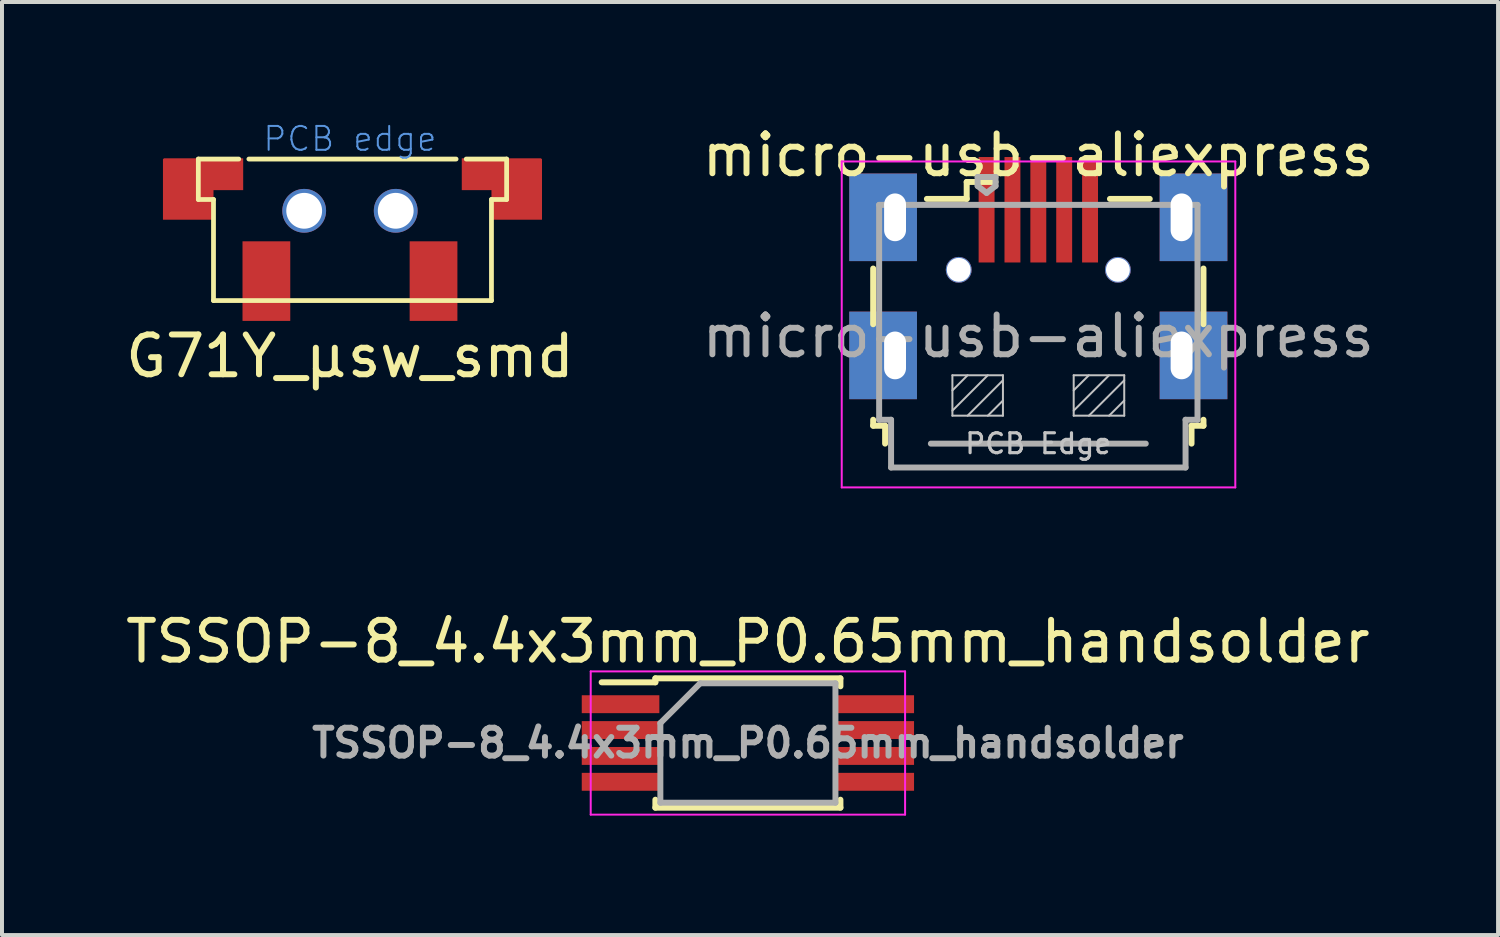
<source format=kicad_pcb>
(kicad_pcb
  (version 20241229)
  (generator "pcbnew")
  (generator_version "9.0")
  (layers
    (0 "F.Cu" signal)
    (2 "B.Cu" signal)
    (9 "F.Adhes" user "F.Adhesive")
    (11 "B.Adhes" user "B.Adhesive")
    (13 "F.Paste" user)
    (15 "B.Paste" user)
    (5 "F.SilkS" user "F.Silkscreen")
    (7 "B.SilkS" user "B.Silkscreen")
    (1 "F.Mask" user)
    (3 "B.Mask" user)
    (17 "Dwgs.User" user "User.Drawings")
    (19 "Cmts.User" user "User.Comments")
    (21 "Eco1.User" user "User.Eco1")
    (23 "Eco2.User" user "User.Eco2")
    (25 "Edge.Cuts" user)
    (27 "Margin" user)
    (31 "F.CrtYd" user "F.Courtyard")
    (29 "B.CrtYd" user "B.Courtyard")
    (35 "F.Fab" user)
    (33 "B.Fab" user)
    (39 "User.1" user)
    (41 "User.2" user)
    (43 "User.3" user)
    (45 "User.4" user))
  (footprint "TSSOP-8_4.4x3mm_P0.65mm_handsolder"
    (layer "F.Cu")
    (at 15.744 15.621)
    (property "Reference" "TSSOP-8_4.4x3mm_P0.65mm_handsolder" (at 0 -2.55 0) (layer "F.SilkS") (effects (font (size 1 1) (thickness 0.15))))
    (attr smd)
    (fp_line (start -2.325 -1.625) (end -2.325 -1.525) (stroke (width 0.15) (type solid)) (layer "F.SilkS"))
    (fp_line (start -2.325 -1.625) (end 2.325 -1.625) (stroke (width 0.15) (type solid)) (layer "F.SilkS"))
    (fp_line (start -2.325 -1.525) (end -3.675 -1.525) (stroke (width 0.15) (type solid)) (layer "F.SilkS"))
    (fp_line (start -2.325 1.625) (end -2.325 1.425) (stroke (width 0.15) (type solid)) (layer "F.SilkS"))
    (fp_line (start -2.325 1.625) (end 2.325 1.625) (stroke (width 0.15) (type solid)) (layer "F.SilkS"))
    (fp_line (start 2.325 -1.625) (end 2.325 -1.425) (stroke (width 0.15) (type solid)) (layer "F.SilkS"))
    (fp_line (start 2.325 1.625) (end 2.325 1.425) (stroke (width 0.15) (type solid)) (layer "F.SilkS"))
    (fp_line (start -3.95 -1.8) (end -3.95 1.8) (stroke (width 0.05) (type solid)) (layer "F.CrtYd"))
    (fp_line (start -3.95 -1.8) (end 3.95 -1.8) (stroke (width 0.05) (type solid)) (layer "F.CrtYd"))
    (fp_line (start -3.95 1.8) (end 3.95 1.8) (stroke (width 0.05) (type solid)) (layer "F.CrtYd"))
    (fp_line (start 3.95 -1.8) (end 3.95 1.8) (stroke (width 0.05) (type solid)) (layer "F.CrtYd"))
    (fp_line (start -2.2 -0.5) (end -1.2 -1.5) (stroke (width 0.15) (type solid)) (layer "F.Fab"))
    (fp_line (start -2.2 1.5) (end -2.2 -0.5) (stroke (width 0.15) (type solid)) (layer "F.Fab"))
    (fp_line (start -1.2 -1.5) (end 2.2 -1.5) (stroke (width 0.15) (type solid)) (layer "F.Fab"))
    (fp_line (start 2.2 -1.5) (end 2.2 1.5) (stroke (width 0.15) (type solid)) (layer "F.Fab"))
    (fp_line (start 2.2 1.5) (end -2.2 1.5) (stroke (width 0.15) (type solid)) (layer "F.Fab"))
    (fp_text user "${REFERENCE}" (at 0 0 0) (layer "F.Fab") (effects (font (size 0.7 0.7) (thickness 0.15))))
    (pad "1" smd rect (at -2.95 -0.975) (size 1.95 0.45) (drill (offset -0.25 0)) (layers "F.Cu" "F.Mask" "F.Paste"))
    (pad "2" smd rect (at -2.95 -0.325) (size 1.95 0.45) (drill (offset -0.25 0)) (layers "F.Cu" "F.Mask" "F.Paste"))
    (pad "3" smd rect (at -2.95 0.325) (size 1.95 0.45) (drill (offset -0.25 0)) (layers "F.Cu" "F.Mask" "F.Paste"))
    (pad "4" smd rect (at -2.95 0.975) (size 1.95 0.45) (drill (offset -0.25 0)) (layers "F.Cu" "F.Mask" "F.Paste"))
    (pad "5" smd rect (at 2.95 0.975) (size 1.95 0.45) (drill (offset 0.25 0)) (layers "F.Cu" "F.Mask" "F.Paste"))
    (pad "6" smd rect (at 2.95 0.325) (size 1.95 0.45) (drill (offset 0.25 0)) (layers "F.Cu" "F.Mask" "F.Paste"))
    (pad "7" smd rect (at 2.95 -0.325) (size 1.95 0.45) (drill (offset 0.25 0)) (layers "F.Cu" "F.Mask" "F.Paste"))
    (pad "8" smd rect (at 2.95 -0.975) (size 1.95 0.45) (drill (offset 0.25 0)) (layers "F.Cu" "F.Mask" "F.Paste")))
  (footprint "micro-usb-aliexpress"
    (layer "F.Cu")
    (at 23.042 8.031)
    (property "Reference" "micro-usb-aliexpress" (at 0 -7.183 0) (layer "F.SilkS") (effects (font (size 1 1) (thickness 0.15))))
    (attr smd)
    (fp_line (start -4.15 -4.333) (end -4.15 -2.933) (stroke (width 0.15) (type solid)) (layer "F.SilkS"))
    (fp_line (start -4.15 -0.533) (end -4.15 -0.383) (stroke (width 0.15) (type solid)) (layer "F.SilkS"))
    (fp_line (start -4.15 -0.383) (end -3.85 -0.383) (stroke (width 0.15) (type solid)) (layer "F.SilkS"))
    (fp_line (start -3.85 -0.383) (end -3.85 0.067) (stroke (width 0.15) (type solid)) (layer "F.SilkS"))
    (fp_line (start -1.8 -6.508) (end -1.8 -6.083) (stroke (width 0.15) (type solid)) (layer "F.SilkS"))
    (fp_line (start -1.8 -6.083) (end -2.8 -6.083) (stroke (width 0.15) (type solid)) (layer "F.SilkS"))
    (fp_line (start -1.075 -6.508) (end -1.8 -6.508) (stroke (width 0.15) (type solid)) (layer "F.SilkS"))
    (fp_line (start 1.8 -6.083) (end 2.8 -6.083) (stroke (width 0.15) (type solid)) (layer "F.SilkS"))
    (fp_line (start 3.85 -0.383) (end 4.15 -0.383) (stroke (width 0.15) (type solid)) (layer "F.SilkS"))
    (fp_line (start 3.85 0.067) (end 3.85 -0.383) (stroke (width 0.15) (type solid)) (layer "F.SilkS"))
    (fp_line (start 4.15 -2.933) (end 4.15 -4.333) (stroke (width 0.15) (type solid)) (layer "F.SilkS"))
    (fp_line (start 4.15 -0.383) (end 4.15 -0.533) (stroke (width 0.15) (type solid)) (layer "F.SilkS"))
    (fp_line (start -2.159 -1.651) (end -2.159 -0.635) (stroke (width 0.05) (type solid)) (layer "Dwgs.User"))
    (fp_line (start -2.159 -1.27) (end -1.778 -1.651) (stroke (width 0.05) (type solid)) (layer "Dwgs.User"))
    (fp_line (start -2.159 -0.762) (end -1.27 -1.651) (stroke (width 0.05) (type solid)) (layer "Dwgs.User"))
    (fp_line (start -2.159 -0.635) (end -0.889 -0.635) (stroke (width 0.05) (type solid)) (layer "Dwgs.User"))
    (fp_line (start -1.778 -0.635) (end -0.889 -1.524) (stroke (width 0.05) (type solid)) (layer "Dwgs.User"))
    (fp_line (start -1.27 -0.635) (end -0.889 -1.016) (stroke (width 0.05) (type solid)) (layer "Dwgs.User"))
    (fp_line (start -0.889 -1.651) (end -2.159 -1.651) (stroke (width 0.05) (type solid)) (layer "Dwgs.User"))
    (fp_line (start -0.889 -0.635) (end -0.889 -1.651) (stroke (width 0.05) (type solid)) (layer "Dwgs.User"))
    (fp_line (start 0.889 -1.651) (end 0.889 -0.635) (stroke (width 0.05) (type solid)) (layer "Dwgs.User"))
    (fp_line (start 0.889 -1.27) (end 1.27 -1.651) (stroke (width 0.05) (type solid)) (layer "Dwgs.User"))
    (fp_line (start 0.889 -0.762) (end 1.778 -1.651) (stroke (width 0.05) (type solid)) (layer "Dwgs.User"))
    (fp_line (start 0.889 -0.635) (end 2.159 -0.635) (stroke (width 0.05) (type solid)) (layer "Dwgs.User"))
    (fp_line (start 1.27 -0.635) (end 2.159 -1.524) (stroke (width 0.05) (type solid)) (layer "Dwgs.User"))
    (fp_line (start 1.778 -0.635) (end 2.159 -1.016) (stroke (width 0.05) (type solid)) (layer "Dwgs.User"))
    (fp_line (start 2.159 -1.651) (end 0.889 -1.651) (stroke (width 0.05) (type solid)) (layer "Dwgs.User"))
    (fp_line (start 2.159 -0.635) (end 2.159 -1.651) (stroke (width 0.05) (type solid)) (layer "Dwgs.User"))
    (fp_line (start -4.94 -7.023) (end -4.94 1.167) (stroke (width 0.05) (type solid)) (layer "F.CrtYd"))
    (fp_line (start -4.94 1.167) (end 4.95 1.167) (stroke (width 0.05) (type solid)) (layer "F.CrtYd"))
    (fp_line (start 4.95 -7.023) (end -4.94 -7.023) (stroke (width 0.05) (type solid)) (layer "F.CrtYd"))
    (fp_line (start 4.95 1.167) (end 4.95 -7.023) (stroke (width 0.05) (type solid)) (layer "F.CrtYd"))
    (fp_line (start -4 -5.933) (end -4 -0.533) (stroke (width 0.15) (type solid)) (layer "F.Fab"))
    (fp_line (start -4 -0.533) (end -3.7 -0.533) (stroke (width 0.15) (type solid)) (layer "F.Fab"))
    (fp_line (start -3.7 -0.533) (end -3.7 0.667) (stroke (width 0.15) (type solid)) (layer "F.Fab"))
    (fp_line (start -3.7 0.667) (end 3.7 0.667) (stroke (width 0.15) (type solid)) (layer "F.Fab"))
    (fp_line (start -2.7 0.067) (end 2.7 0.067) (stroke (width 0.15) (type solid)) (layer "F.Fab"))
    (fp_line (start -1.525 -6.633) (end -1.075 -6.633) (stroke (width 0.15) (type solid)) (layer "F.Fab"))
    (fp_line (start -1.525 -6.408) (end -1.525 -6.633) (stroke (width 0.15) (type solid)) (layer "F.Fab"))
    (fp_line (start -1.3 -6.233) (end -1.525 -6.408) (stroke (width 0.15) (type solid)) (layer "F.Fab"))
    (fp_line (start -1.075 -6.633) (end -1.075 -6.408) (stroke (width 0.15) (type solid)) (layer "F.Fab"))
    (fp_line (start -1.075 -6.408) (end -1.3 -6.233) (stroke (width 0.15) (type solid)) (layer "F.Fab"))
    (fp_line (start 3.7 -0.533) (end 4 -0.533) (stroke (width 0.15) (type solid)) (layer "F.Fab"))
    (fp_line (start 3.7 0.667) (end 3.7 -0.533) (stroke (width 0.15) (type solid)) (layer "F.Fab"))
    (fp_line (start 4 -5.933) (end -4 -5.933) (stroke (width 0.15) (type solid)) (layer "F.Fab"))
    (fp_line (start 4 -0.533) (end 4 -5.933) (stroke (width 0.15) (type solid)) (layer "F.Fab"))
    (fp_text user "PCB Edge" (at 0 0.067 0) (layer "Dwgs.User") (effects (font (size 0.5 0.5) (thickness 0.08))))
    (fp_text user "${REFERENCE}" (at 0 -2.633 0) (layer "F.Fab") (effects (font (size 1 1) (thickness 0.15))))
    (pad "" np_thru_hole circle (at -2 -4.3) (size 0.65 0.65) (drill 0.6) (layers "*.Cu" "*.Mask"))
    (pad "" np_thru_hole circle (at 2 -4.3) (size 0.65 0.65) (drill 0.6) (layers "*.Cu" "*.Mask"))
    (pad "1" smd rect (at -1.3 -5.31) (size 0.4 2.65) (drill (offset 0 -0.5)) (layers "F.Cu" "F.Mask" "F.Paste"))
    (pad "2" smd rect (at -0.65 -5.31) (size 0.4 2.65) (drill (offset 0 -0.5)) (layers "F.Cu" "F.Mask" "F.Paste"))
    (pad "3" smd rect (at 0 -5.31) (size 0.4 2.65) (drill (offset 0 -0.5)) (layers "F.Cu" "F.Mask" "F.Paste"))
    (pad "4" smd rect (at 0.65 -5.31) (size 0.4 2.65) (drill (offset 0 -0.5)) (layers "F.Cu" "F.Mask" "F.Paste"))
    (pad "5" smd rect (at 1.3 -5.31) (size 0.4 2.65) (drill (offset 0 -0.5)) (layers "F.Cu" "F.Mask" "F.Paste"))
    (pad "6" thru_hole rect (at -3.6 -5.62) (size 1.7 2.2) (drill oval 0.55 1.2 (offset -0.3 0)) (layers "*.Cu" "*.Mask"))
    (pad "6" thru_hole rect (at -3.6 -2.15) (size 1.7 2.2) (drill oval 0.55 1.2 (offset -0.3 0)) (layers "*.Cu" "*.Mask"))
    (pad "6" thru_hole rect (at 3.6 -5.62) (size 1.7 2.2) (drill oval 0.55 1.2 (offset 0.3 0)) (layers "*.Cu" "*.Mask"))
    (pad "6" thru_hole rect (at 3.6 -2.15) (size 1.7 2.2) (drill oval 0.55 1.2 (offset 0.3 0)) (layers "*.Cu" "*.Mask")))
  (footprint "G71Y_µsw_smd"
    (layer "F.Cu")
    (at 5.871 0.947)
    (property "Reference" "G71Y_µsw_smd" (at -0.127 4.953 180) (layer "F.SilkS") (effects (font (size 1 1) (thickness 0.15))))
    (attr through_hole)
    (fp_line (start -3.937 0) (end -2.921 0) (stroke (width 0.12) (type solid)) (layer "F.SilkS"))
    (fp_line (start -3.937 1.016) (end -3.937 0) (stroke (width 0.12) (type solid)) (layer "F.SilkS"))
    (fp_line (start -3.556 1.016) (end -3.937 1.016) (stroke (width 0.12) (type solid)) (layer "F.SilkS"))
    (fp_line (start -3.556 3.556) (end -3.556 1.016) (stroke (width 0.12) (type solid)) (layer "F.SilkS"))
    (fp_line (start -2.667 0) (end 2.54 0) (stroke (width 0.12) (type solid)) (layer "F.SilkS"))
    (fp_line (start 2.794 0) (end 3.81 0) (stroke (width 0.12) (type solid)) (layer "F.SilkS"))
    (fp_line (start 3.429 1.016) (end 3.429 3.556) (stroke (width 0.12) (type solid)) (layer "F.SilkS"))
    (fp_line (start 3.429 3.556) (end -3.556 3.556) (stroke (width 0.12) (type solid)) (layer "F.SilkS"))
    (fp_line (start 3.81 0) (end 3.81 1.016) (stroke (width 0.12) (type solid)) (layer "F.SilkS"))
    (fp_line (start 3.81 1.016) (end 3.429 1.016) (stroke (width 0.12) (type solid)) (layer "F.SilkS"))
    (fp_text user "PCB edge" (at -0.127 -0.508 0) (layer "Cmts.User") (effects (font (size 0.6 0.6) (thickness 0.05))))
    (pad "" np_thru_hole circle (at -1.277 1.3) (size 1.1 1.1) (drill 0.9) (layers "*.Cu" "*.Mask"))
    (pad "" np_thru_hole circle (at 1.023 1.3) (size 1.1 1.1) (drill 0.9) (layers "*.Cu" "*.Mask"))
    (pad "1" smd rect (at -2.227 2.667) (size 1.2 2) (drill (offset 0 0.4)) (layers "F.Cu" "F.Mask" "F.Paste"))
    (pad "2" smd rect (at 1.973 2.667) (size 1.2 2) (drill (offset 0 0.4)) (layers "F.Cu" "F.Mask" "F.Paste"))
    (pad "3" smd rect (at -4.191 0.762) (size 1.27 1.524) (layers "F.Cu" "F.Mask" "F.Paste"))
    (pad "3" smd rect (at -3.81 0.381) (size 2 0.8) (layers "F.Cu" "F.Mask" "F.Paste"))
    (pad "3" smd rect (at 3.683 0.381) (size 2 0.8) (layers "F.Cu" "F.Mask" "F.Paste"))
    (pad "3" smd rect (at 4.064 0.762) (size 1.27 1.524) (layers "F.Cu" "F.Mask" "F.Paste")))
  (gr_rect
    (start -3 -3)
    (end 34.595 20.447)
    (stroke (width 0.1) (type default))
    (fill no)
    (layer "Edge.Cuts")))
</source>
